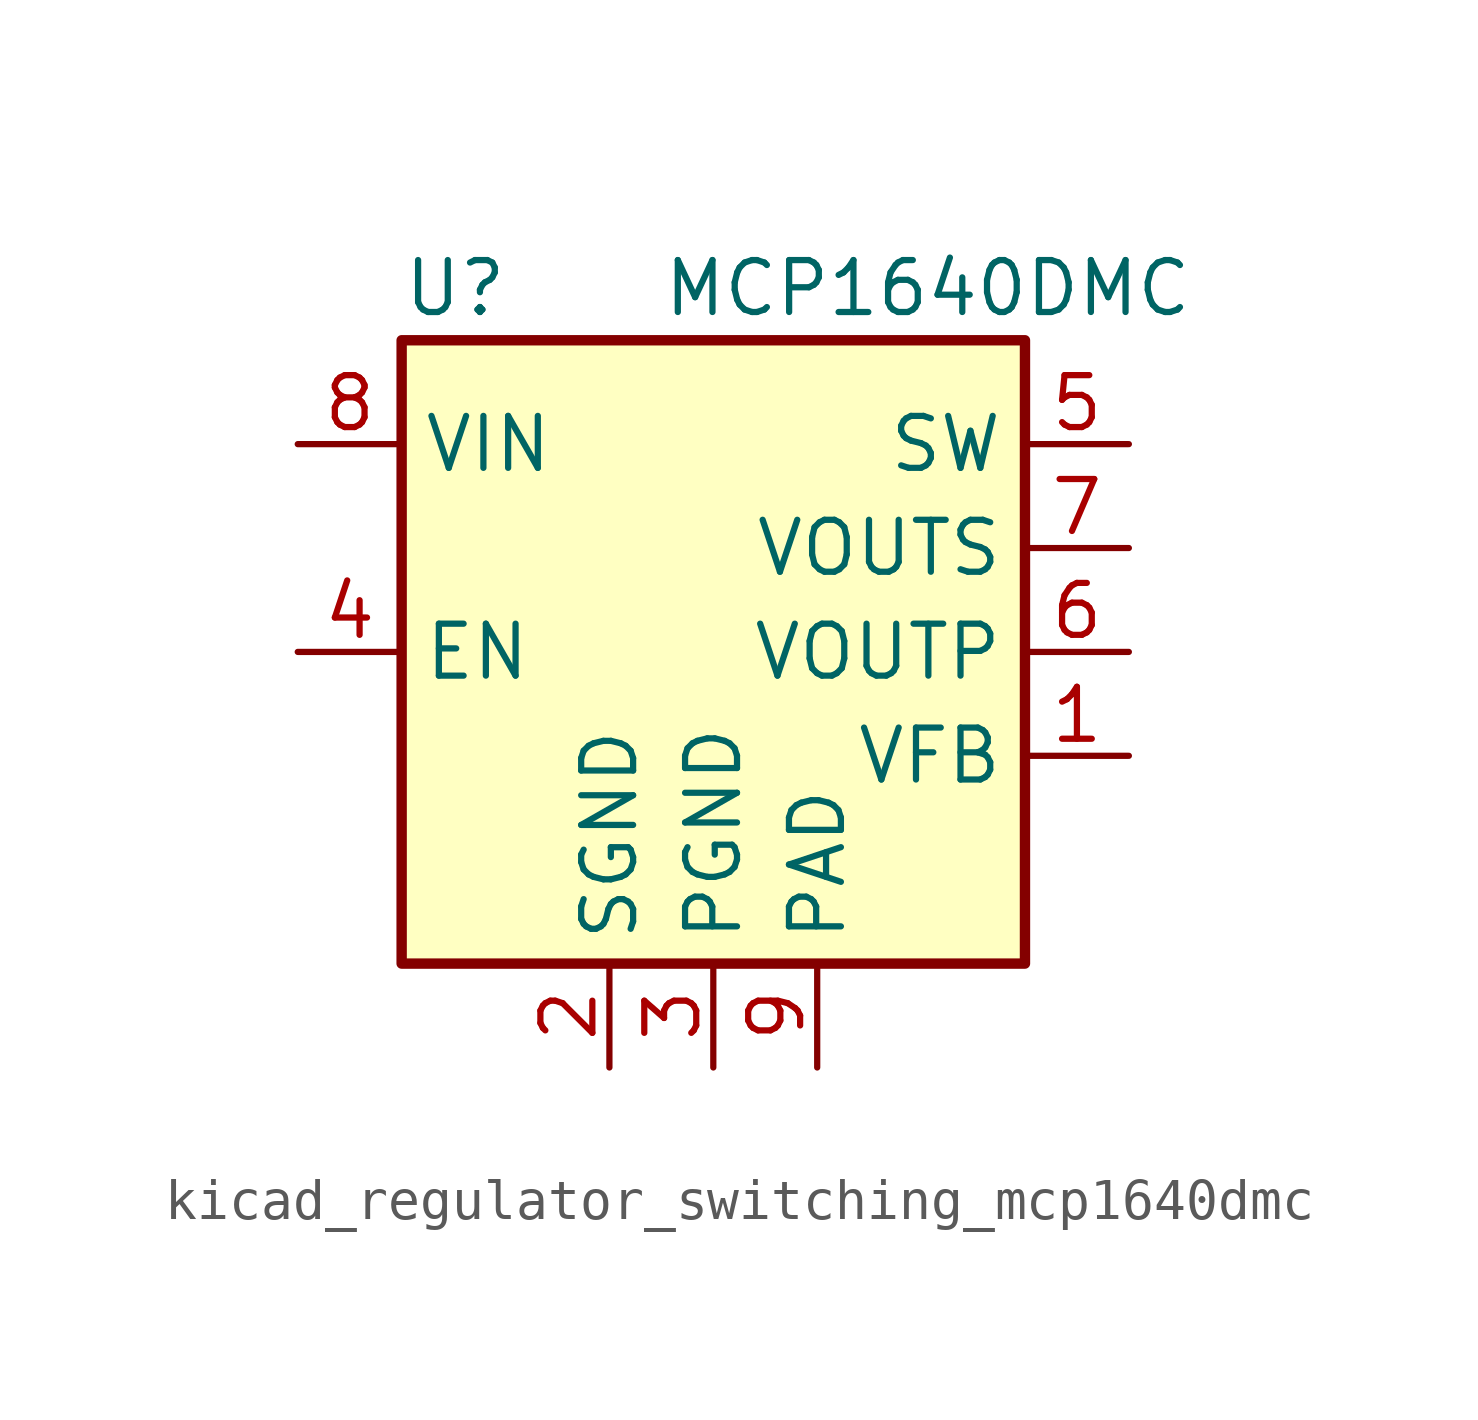
<source format=kicad_sym>
(kicad_symbol_lib
  (version 20220914)
  (generator kicad_symbol_editor)
  (symbol "kicad_regulator_switching_mcp1640dmc"
    (property "Reference" "U"
      (at -7.62 6.35 0)
      (effects (font (size 1.27 1.27)) (justify left)))
    (property "Value" "MCP1640DMC"
      (at -1.27 6.35 0)
      (effects (font (size 1.27 1.27)) (justify left)))
    (symbol "kicad_regulator_switching_mcp1640dmc_0_1"
      (rectangle (start -7.62 5.08) (end 7.62 -10.16) (stroke (width 0.254) (type default)) (fill (type background))))
    (symbol "kicad_regulator_switching_mcp1640dmc_1_1"
      (pin input line (at 10.16 -5.08 180) (length 2.54) (name "VFB" (effects (font (size 1.27 1.27)))) (number "1" (effects (font (size 1.27 1.27)))))
      (pin power_in line (at -2.54 -12.7 90) (length 2.54) (name "SGND" (effects (font (size 1.27 1.27)))) (number "2" (effects (font (size 1.27 1.27)))))
      (pin power_in line (at 0 -12.7 90) (length 2.54) (name "PGND" (effects (font (size 1.27 1.27)))) (number "3" (effects (font (size 1.27 1.27)))))
      (pin input line (at -10.16 -2.54 0) (length 2.54) (name "EN" (effects (font (size 1.27 1.27)))) (number "4" (effects (font (size 1.27 1.27)))))
      (pin input line (at 10.16 2.54 180) (length 2.54) (name "SW" (effects (font (size 1.27 1.27)))) (number "5" (effects (font (size 1.27 1.27)))))
      (pin power_out line (at 10.16 -2.54 180) (length 2.54) (name "VOUTP" (effects (font (size 1.27 1.27)))) (number "6" (effects (font (size 1.27 1.27)))))
      (pin input line (at 10.16 0 180) (length 2.54) (name "VOUTS" (effects (font (size 1.27 1.27)))) (number "7" (effects (font (size 1.27 1.27)))))
      (pin power_in line (at -10.16 2.54 0) (length 2.54) (name "VIN" (effects (font (size 1.27 1.27)))) (number "8" (effects (font (size 1.27 1.27)))))
      (pin passive line (at 2.54 -12.7 90) (length 2.54) (name "PAD" (effects (font (size 1.27 1.27)))) (number "9" (effects (font (size 1.27 1.27))))))))
</source>
